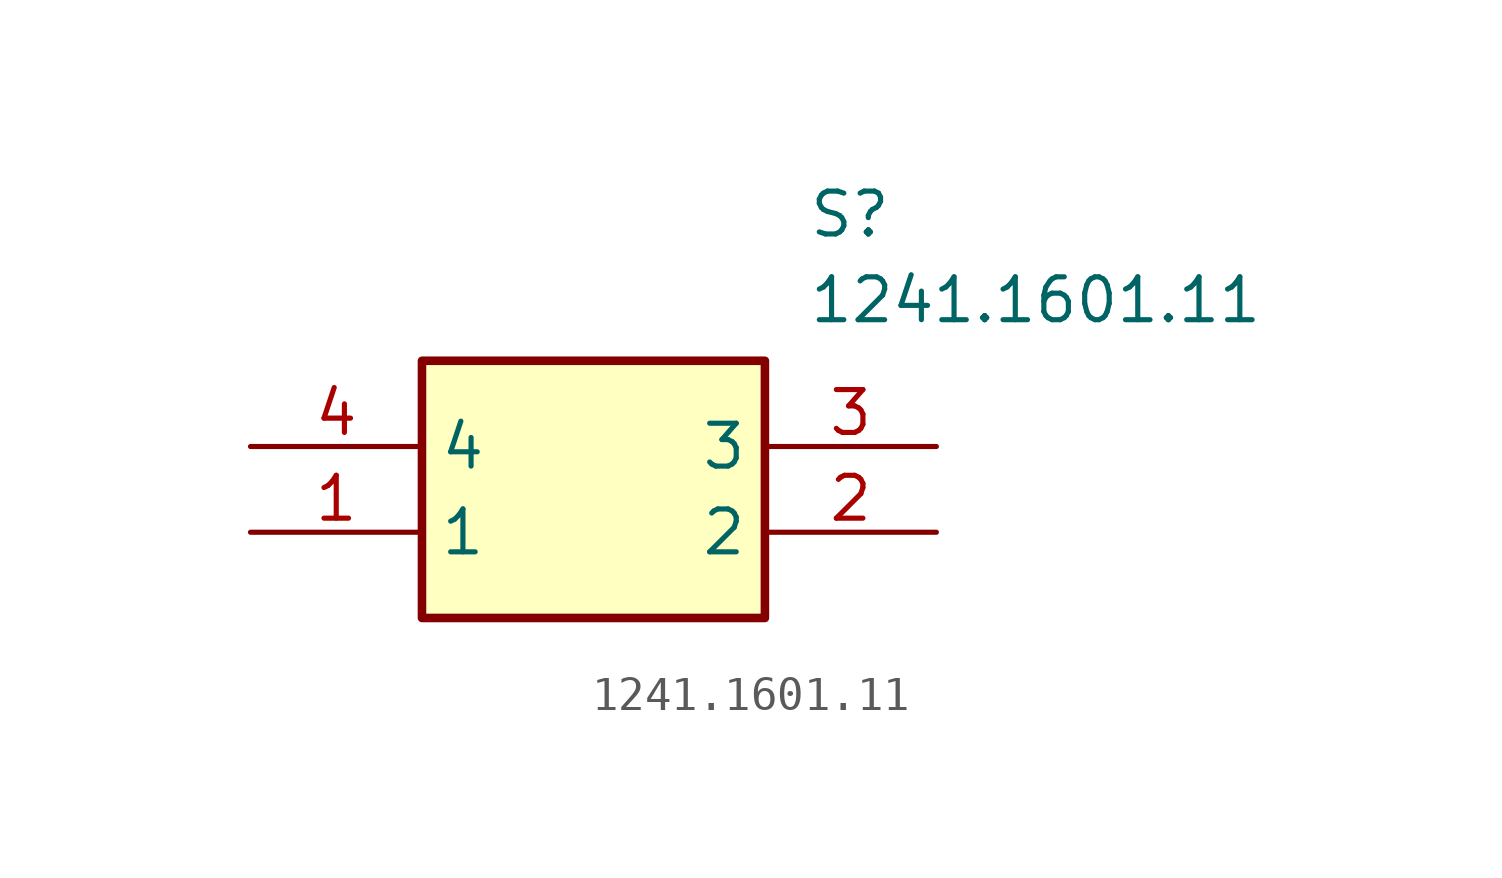
<source format=kicad_sym>
(kicad_symbol_lib
  (version 20211014)
  (generator SamacSys_ECAD_Model)
  (symbol "1241.1601.11"
    (property "Reference" "S"
      (at 16.51 7.62 0)
      (effects (font (size 1.27 1.27)) (justify left top)))
    (property "Value" "1241.1601.11"
      (at 16.51 5.08 0)
      (effects (font (size 1.27 1.27)) (justify left top)))
    (rectangle
      (start 5.08 2.54)
      (end 15.24 -5.08)
      (stroke (width 0.254) (type default))
      (fill (type background)))
    (pin passive line
      (at 0 -2.54 0)
      (length 5.08)
      (name "1" (effects (font (size 1.27 1.27))))
      (number "1" (effects (font (size 1.27 1.27)))))
    (pin passive line
      (at 20.32 -2.54 180)
      (length 5.08)
      (name "2" (effects (font (size 1.27 1.27))))
      (number "2" (effects (font (size 1.27 1.27)))))
    (pin passive line
      (at 20.32 0 180)
      (length 5.08)
      (name "3" (effects (font (size 1.27 1.27))))
      (number "3" (effects (font (size 1.27 1.27)))))
    (pin passive line
      (at 0 0 0)
      (length 5.08)
      (name "4" (effects (font (size 1.27 1.27))))
      (number "4" (effects (font (size 1.27 1.27)))))))
</source>
